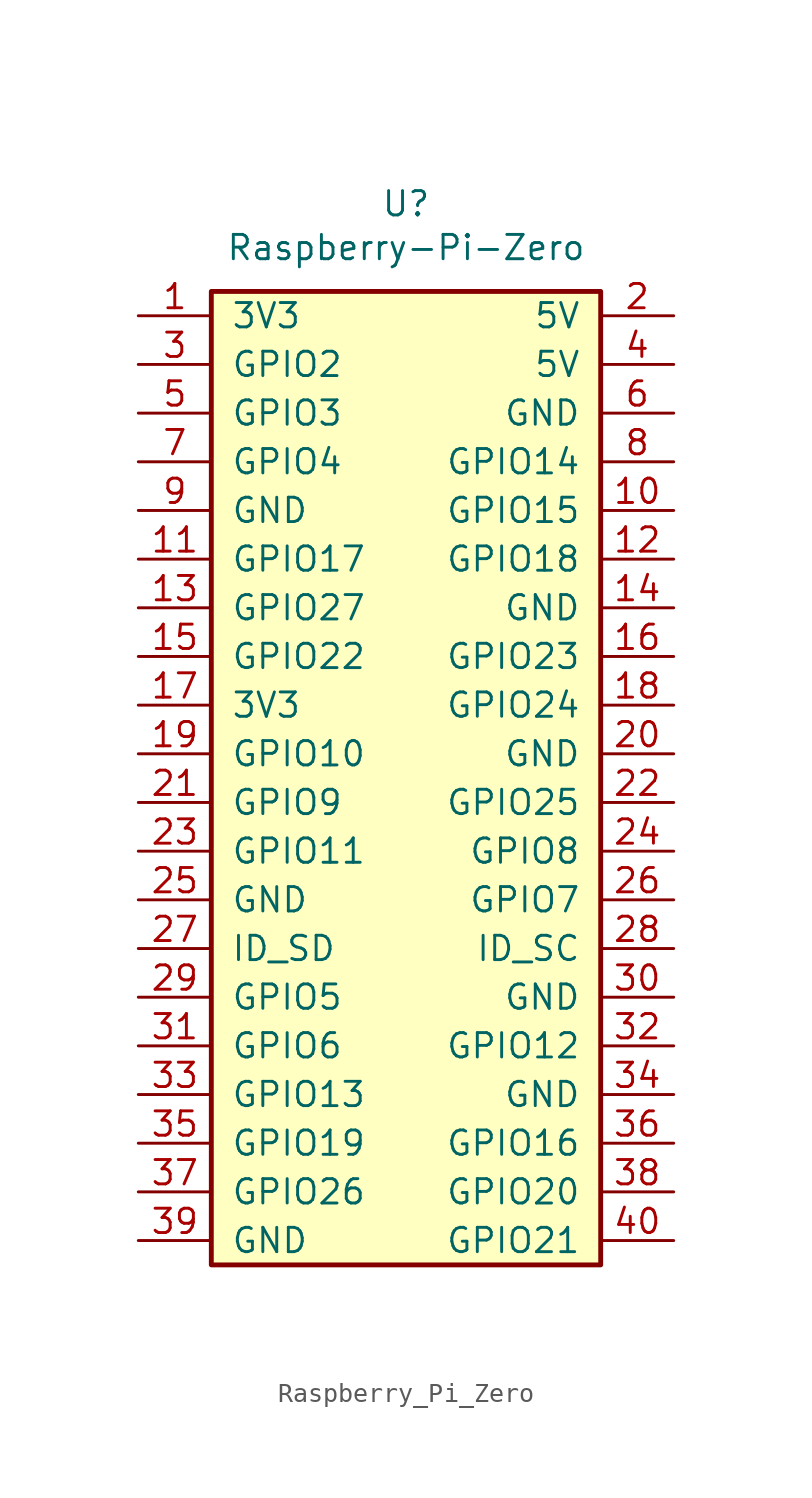
<source format=kicad_sym>
(kicad_symbol_lib
  (version 20241209)
  (generator "kicad_symbol_editor")
  (generator_version "9.0")
  (symbol "Raspberry_Pi_Zero"
    (pin_names
      (offset 1.016))
    (property "Reference" "U"
      (at 0 28.702 0)
      (effects (font (size 1.27 1.27))))
    (property "Value" "Raspberry-Pi-Zero"
      (at 0 26.416 0)
      (effects (font (size 1.27 1.27))))
    (symbol "Raspberry_Pi_Zero_1_1"
      (rectangle (start -10.16 24.13) (end 10.16 -26.67) (stroke (width 0.254) (type default)) (fill (type background)))
      (pin power_in line (at -13.97 22.86 0) (length 3.81) (name "3V3" (effects (font (size 1.27 1.27)))) (number "1" (effects (font (size 1.27 1.27)))))
      (pin bidirectional line (at -13.97 20.32 0) (length 3.81) (name "GPIO2" (effects (font (size 1.27 1.27)))) (number "3" (effects (font (size 1.27 1.27)))))
      (pin bidirectional line (at -13.97 17.78 0) (length 3.81) (name "GPIO3" (effects (font (size 1.27 1.27)))) (number "5" (effects (font (size 1.27 1.27)))))
      (pin bidirectional line (at -13.97 15.24 0) (length 3.81) (name "GPIO4" (effects (font (size 1.27 1.27)))) (number "7" (effects (font (size 1.27 1.27)))))
      (pin power_in line (at -13.97 12.7 0) (length 3.81) (name "GND" (effects (font (size 1.27 1.27)))) (number "9" (effects (font (size 1.27 1.27)))))
      (pin bidirectional line (at -13.97 10.16 0) (length 3.81) (name "GPIO17" (effects (font (size 1.27 1.27)))) (number "11" (effects (font (size 1.27 1.27)))))
      (pin bidirectional line (at -13.97 7.62 0) (length 3.81) (name "GPIO27" (effects (font (size 1.27 1.27)))) (number "13" (effects (font (size 1.27 1.27)))))
      (pin bidirectional line (at -13.97 5.08 0) (length 3.81) (name "GPIO22" (effects (font (size 1.27 1.27)))) (number "15" (effects (font (size 1.27 1.27)))))
      (pin power_in line (at -13.97 2.54 0) (length 3.81) (name "3V3" (effects (font (size 1.27 1.27)))) (number "17" (effects (font (size 1.27 1.27)))))
      (pin bidirectional line (at -13.97 0 0) (length 3.81) (name "GPIO10" (effects (font (size 1.27 1.27)))) (number "19" (effects (font (size 1.27 1.27)))))
      (pin bidirectional line (at -13.97 -2.54 0) (length 3.81) (name "GPIO9" (effects (font (size 1.27 1.27)))) (number "21" (effects (font (size 1.27 1.27)))))
      (pin bidirectional line (at -13.97 -5.08 0) (length 3.81) (name "GPIO11" (effects (font (size 1.27 1.27)))) (number "23" (effects (font (size 1.27 1.27)))))
      (pin power_in line (at -13.97 -7.62 0) (length 3.81) (name "GND" (effects (font (size 1.27 1.27)))) (number "25" (effects (font (size 1.27 1.27)))))
      (pin bidirectional line (at -13.97 -10.16 0) (length 3.81) (name "ID_SD" (effects (font (size 1.27 1.27)))) (number "27" (effects (font (size 1.27 1.27)))))
      (pin bidirectional line (at -13.97 -12.7 0) (length 3.81) (name "GPIO5" (effects (font (size 1.27 1.27)))) (number "29" (effects (font (size 1.27 1.27)))))
      (pin bidirectional line (at -13.97 -15.24 0) (length 3.81) (name "GPIO6" (effects (font (size 1.27 1.27)))) (number "31" (effects (font (size 1.27 1.27)))))
      (pin bidirectional line (at -13.97 -17.78 0) (length 3.81) (name "GPIO13" (effects (font (size 1.27 1.27)))) (number "33" (effects (font (size 1.27 1.27)))))
      (pin bidirectional line (at -13.97 -20.32 0) (length 3.81) (name "GPIO19" (effects (font (size 1.27 1.27)))) (number "35" (effects (font (size 1.27 1.27)))))
      (pin bidirectional line (at -13.97 -22.86 0) (length 3.81) (name "GPIO26" (effects (font (size 1.27 1.27)))) (number "37" (effects (font (size 1.27 1.27)))))
      (pin power_in line (at -13.97 -25.4 0) (length 3.81) (name "GND" (effects (font (size 1.27 1.27)))) (number "39" (effects (font (size 1.27 1.27)))))
      (pin power_in line (at 13.97 22.86 180) (length 3.81) (name "5V" (effects (font (size 1.27 1.27)))) (number "2" (effects (font (size 1.27 1.27)))))
      (pin power_in line (at 13.97 20.32 180) (length 3.81) (name "5V" (effects (font (size 1.27 1.27)))) (number "4" (effects (font (size 1.27 1.27)))))
      (pin power_in line (at 13.97 17.78 180) (length 3.81) (name "GND" (effects (font (size 1.27 1.27)))) (number "6" (effects (font (size 1.27 1.27)))))
      (pin bidirectional line (at 13.97 15.24 180) (length 3.81) (name "GPIO14" (effects (font (size 1.27 1.27)))) (number "8" (effects (font (size 1.27 1.27)))))
      (pin bidirectional line (at 13.97 12.7 180) (length 3.81) (name "GPIO15" (effects (font (size 1.27 1.27)))) (number "10" (effects (font (size 1.27 1.27)))))
      (pin bidirectional line (at 13.97 10.16 180) (length 3.81) (name "GPIO18" (effects (font (size 1.27 1.27)))) (number "12" (effects (font (size 1.27 1.27)))))
      (pin power_in line (at 13.97 7.62 180) (length 3.81) (name "GND" (effects (font (size 1.27 1.27)))) (number "14" (effects (font (size 1.27 1.27)))))
      (pin bidirectional line (at 13.97 5.08 180) (length 3.81) (name "GPIO23" (effects (font (size 1.27 1.27)))) (number "16" (effects (font (size 1.27 1.27)))))
      (pin bidirectional line (at 13.97 2.54 180) (length 3.81) (name "GPIO24" (effects (font (size 1.27 1.27)))) (number "18" (effects (font (size 1.27 1.27)))))
      (pin power_in line (at 13.97 0 180) (length 3.81) (name "GND" (effects (font (size 1.27 1.27)))) (number "20" (effects (font (size 1.27 1.27)))))
      (pin bidirectional line (at 13.97 -2.54 180) (length 3.81) (name "GPIO25" (effects (font (size 1.27 1.27)))) (number "22" (effects (font (size 1.27 1.27)))))
      (pin bidirectional line (at 13.97 -5.08 180) (length 3.81) (name "GPIO8" (effects (font (size 1.27 1.27)))) (number "24" (effects (font (size 1.27 1.27)))))
      (pin bidirectional line (at 13.97 -7.62 180) (length 3.81) (name "GPIO7" (effects (font (size 1.27 1.27)))) (number "26" (effects (font (size 1.27 1.27)))))
      (pin bidirectional line (at 13.97 -10.16 180) (length 3.81) (name "ID_SC" (effects (font (size 1.27 1.27)))) (number "28" (effects (font (size 1.27 1.27)))))
      (pin power_in line (at 13.97 -12.7 180) (length 3.81) (name "GND" (effects (font (size 1.27 1.27)))) (number "30" (effects (font (size 1.27 1.27)))))
      (pin bidirectional line (at 13.97 -15.24 180) (length 3.81) (name "GPIO12" (effects (font (size 1.27 1.27)))) (number "32" (effects (font (size 1.27 1.27)))))
      (pin power_in line (at 13.97 -17.78 180) (length 3.81) (name "GND" (effects (font (size 1.27 1.27)))) (number "34" (effects (font (size 1.27 1.27)))))
      (pin bidirectional line (at 13.97 -20.32 180) (length 3.81) (name "GPIO16" (effects (font (size 1.27 1.27)))) (number "36" (effects (font (size 1.27 1.27)))))
      (pin bidirectional line (at 13.97 -22.86 180) (length 3.81) (name "GPIO20" (effects (font (size 1.27 1.27)))) (number "38" (effects (font (size 1.27 1.27)))))
      (pin bidirectional line (at 13.97 -25.4 180) (length 3.81) (name "GPIO21" (effects (font (size 1.27 1.27)))) (number "40" (effects (font (size 1.27 1.27))))))))
</source>
